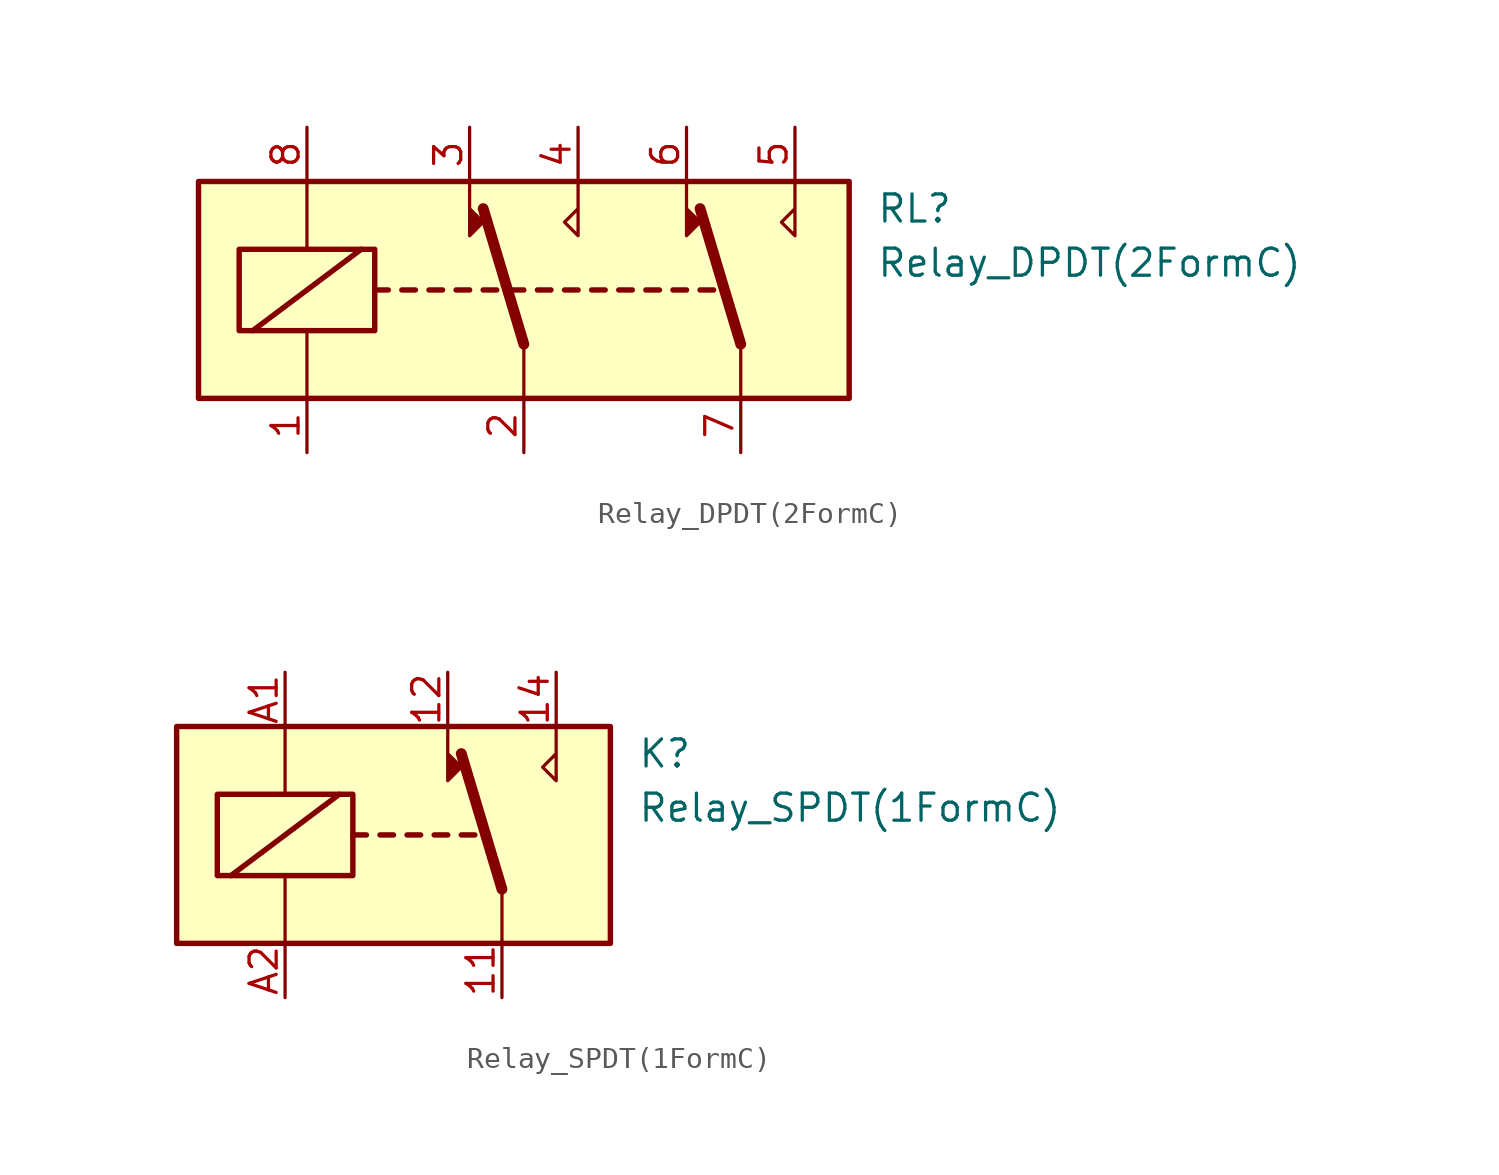
<source format=kicad_sym>
(kicad_symbol_lib
  (version 20241209)
  (generator "kicad_symbol_editor")
  (generator_version "9.0")
  (symbol "Relay_DPDT(2FormC)"
    (property "Reference" "RL"
      (at 16.51 3.81 0)
      (effects (font (size 1.27 1.27)) (justify left)))
    (property "Value" "Relay_DPDT(2FormC)"
      (at 16.51 1.27 0)
      (effects (font (size 1.27 1.27)) (justify left)))
    (symbol "Relay_DPDT(2FormC)_0_1"
      (rectangle (start -15.24 5.08) (end 15.24 -5.08) (stroke (width 0.254) (type default)) (fill (type background)))
      (rectangle (start -13.335 1.905) (end -6.985 -1.905) (stroke (width 0.254) (type default)) (fill (type none)))
      (polyline (pts (xy -12.7 -1.905) (xy -7.62 1.905)) (stroke (width 0.254) (type default)) (fill (type none)))
      (polyline (pts (xy -10.16 5.08) (xy -10.16 1.905)) (stroke (width 0) (type default)) (fill (type none)))
      (polyline (pts (xy -10.16 -5.08) (xy -10.16 -1.905)) (stroke (width 0) (type default)) (fill (type none)))
      (polyline (pts (xy -6.985 0) (xy -6.35 0)) (stroke (width 0.254) (type default)) (fill (type none)))
      (polyline (pts (xy -5.715 0) (xy -5.08 0)) (stroke (width 0.254) (type default)) (fill (type none)))
      (polyline (pts (xy -4.445 0) (xy -3.81 0)) (stroke (width 0.254) (type default)) (fill (type none)))
      (polyline (pts (xy -3.175 0) (xy -2.54 0)) (stroke (width 0.254) (type default)) (fill (type none)))
      (polyline (pts (xy -2.54 5.08) (xy -2.54 2.54) (xy -1.905 3.175) (xy -2.54 3.81)) (stroke (width 0) (type default)) (fill (type outline)))
      (polyline (pts (xy -1.905 0) (xy -1.27 0)) (stroke (width 0.254) (type default)) (fill (type none)))
      (polyline (pts (xy -0.635 0) (xy 0 0)) (stroke (width 0.254) (type default)) (fill (type none)))
      (polyline (pts (xy 0 -2.54) (xy -1.905 3.81)) (stroke (width 0.508) (type default)) (fill (type none)))
      (polyline (pts (xy 0 -2.54) (xy 0 -5.08)) (stroke (width 0) (type default)) (fill (type none)))
      (polyline (pts (xy 0.635 0) (xy 1.27 0)) (stroke (width 0.254) (type default)) (fill (type none)))
      (polyline (pts (xy 1.905 0) (xy 2.54 0)) (stroke (width 0.254) (type default)) (fill (type none)))
      (polyline (pts (xy 2.54 5.08) (xy 2.54 2.54) (xy 1.905 3.175) (xy 2.54 3.81)) (stroke (width 0) (type default)) (fill (type none)))
      (polyline (pts (xy 3.175 0) (xy 3.81 0)) (stroke (width 0.254) (type default)) (fill (type none)))
      (polyline (pts (xy 4.445 0) (xy 5.08 0)) (stroke (width 0.254) (type default)) (fill (type none)))
      (polyline (pts (xy 5.715 0) (xy 6.35 0)) (stroke (width 0.254) (type default)) (fill (type none)))
      (polyline (pts (xy 6.985 0) (xy 7.62 0)) (stroke (width 0.254) (type default)) (fill (type none)))
      (polyline (pts (xy 7.62 5.08) (xy 7.62 2.54) (xy 8.255 3.175) (xy 7.62 3.81)) (stroke (width 0) (type default)) (fill (type outline)))
      (polyline (pts (xy 8.255 0) (xy 8.89 0)) (stroke (width 0.254) (type default)) (fill (type none)))
      (polyline (pts (xy 10.16 -2.54) (xy 8.255 3.81)) (stroke (width 0.508) (type default)) (fill (type none)))
      (polyline (pts (xy 10.16 -2.54) (xy 10.16 -5.08)) (stroke (width 0) (type default)) (fill (type none)))
      (polyline (pts (xy 12.7 5.08) (xy 12.7 2.54) (xy 12.065 3.175) (xy 12.7 3.81)) (stroke (width 0) (type default)) (fill (type none))))
    (symbol "Relay_DPDT(2FormC)_1_1"
      (pin passive line (at -10.16 7.62 270) (length 2.54) (name "~" (effects (font (size 1.27 1.27)))) (number "8" (effects (font (size 1.27 1.27)))))
      (pin passive line (at -10.16 -7.62 90) (length 2.54) (name "~" (effects (font (size 1.27 1.27)))) (number "1" (effects (font (size 1.27 1.27)))))
      (pin passive line (at -2.54 7.62 270) (length 2.54) (name "~" (effects (font (size 1.27 1.27)))) (number "3" (effects (font (size 1.27 1.27)))))
      (pin passive line (at 0 -7.62 90) (length 2.54) (name "~" (effects (font (size 1.27 1.27)))) (number "2" (effects (font (size 1.27 1.27)))))
      (pin passive line (at 2.54 7.62 270) (length 2.54) (name "~" (effects (font (size 1.27 1.27)))) (number "4" (effects (font (size 1.27 1.27)))))
      (pin passive line (at 7.62 7.62 270) (length 2.54) (name "~" (effects (font (size 1.27 1.27)))) (number "6" (effects (font (size 1.27 1.27)))))
      (pin passive line (at 10.16 -7.62 90) (length 2.54) (name "~" (effects (font (size 1.27 1.27)))) (number "7" (effects (font (size 1.27 1.27)))))
      (pin passive line (at 12.7 7.62 270) (length 2.54) (name "~" (effects (font (size 1.27 1.27)))) (number "5" (effects (font (size 1.27 1.27)))))))
  (symbol "Relay_SPDT(1FormC)"
    (property "Reference" "K"
      (at 11.43 3.81 0)
      (effects (font (size 1.27 1.27)) (justify left)))
    (property "Value" "Relay_SPDT(1FormC)"
      (at 11.43 1.27 0)
      (effects (font (size 1.27 1.27)) (justify left)))
    (symbol "Relay_SPDT(1FormC)_0_0"
      (polyline (pts (xy 7.62 5.08) (xy 7.62 2.54) (xy 6.985 3.175) (xy 7.62 3.81)) (stroke (width 0) (type default)) (fill (type none))))
    (symbol "Relay_SPDT(1FormC)_0_1"
      (rectangle (start -10.16 5.08) (end 10.16 -5.08) (stroke (width 0.254) (type default)) (fill (type background)))
      (rectangle (start -8.255 1.905) (end -1.905 -1.905) (stroke (width 0.254) (type default)) (fill (type none)))
      (polyline (pts (xy -7.62 -1.905) (xy -2.54 1.905)) (stroke (width 0.254) (type default)) (fill (type none)))
      (polyline (pts (xy -5.08 5.08) (xy -5.08 1.905)) (stroke (width 0) (type default)) (fill (type none)))
      (polyline (pts (xy -5.08 -5.08) (xy -5.08 -1.905)) (stroke (width 0) (type default)) (fill (type none)))
      (polyline (pts (xy -1.905 0) (xy -1.27 0)) (stroke (width 0.254) (type default)) (fill (type none)))
      (polyline (pts (xy -0.635 0) (xy 0 0)) (stroke (width 0.254) (type default)) (fill (type none)))
      (polyline (pts (xy 0.635 0) (xy 1.27 0)) (stroke (width 0.254) (type default)) (fill (type none)))
      (polyline (pts (xy 1.905 0) (xy 2.54 0)) (stroke (width 0.254) (type default)) (fill (type none)))
      (polyline (pts (xy 2.54 5.08) (xy 2.54 2.54) (xy 3.175 3.175) (xy 2.54 3.81)) (stroke (width 0) (type default)) (fill (type outline)))
      (polyline (pts (xy 3.175 0) (xy 3.81 0)) (stroke (width 0.254) (type default)) (fill (type none)))
      (polyline (pts (xy 5.08 -2.54) (xy 3.175 3.81)) (stroke (width 0.508) (type default)) (fill (type none)))
      (polyline (pts (xy 5.08 -2.54) (xy 5.08 -5.08)) (stroke (width 0) (type default)) (fill (type none))))
    (symbol "Relay_SPDT(1FormC)_1_1"
      (pin passive line (at -5.08 7.62 270) (length 2.54) (name "~" (effects (font (size 1.27 1.27)))) (number "A1" (effects (font (size 1.27 1.27)))))
      (pin passive line (at -5.08 -7.62 90) (length 2.54) (name "~" (effects (font (size 1.27 1.27)))) (number "A2" (effects (font (size 1.27 1.27)))))
      (pin passive line (at 2.54 7.62 270) (length 2.54) (name "~" (effects (font (size 1.27 1.27)))) (number "12" (effects (font (size 1.27 1.27)))))
      (pin passive line (at 5.08 -7.62 90) (length 2.54) (name "~" (effects (font (size 1.27 1.27)))) (number "11" (effects (font (size 1.27 1.27)))))
      (pin passive line (at 7.62 7.62 270) (length 2.54) (name "~" (effects (font (size 1.27 1.27)))) (number "14" (effects (font (size 1.27 1.27))))))))
</source>
